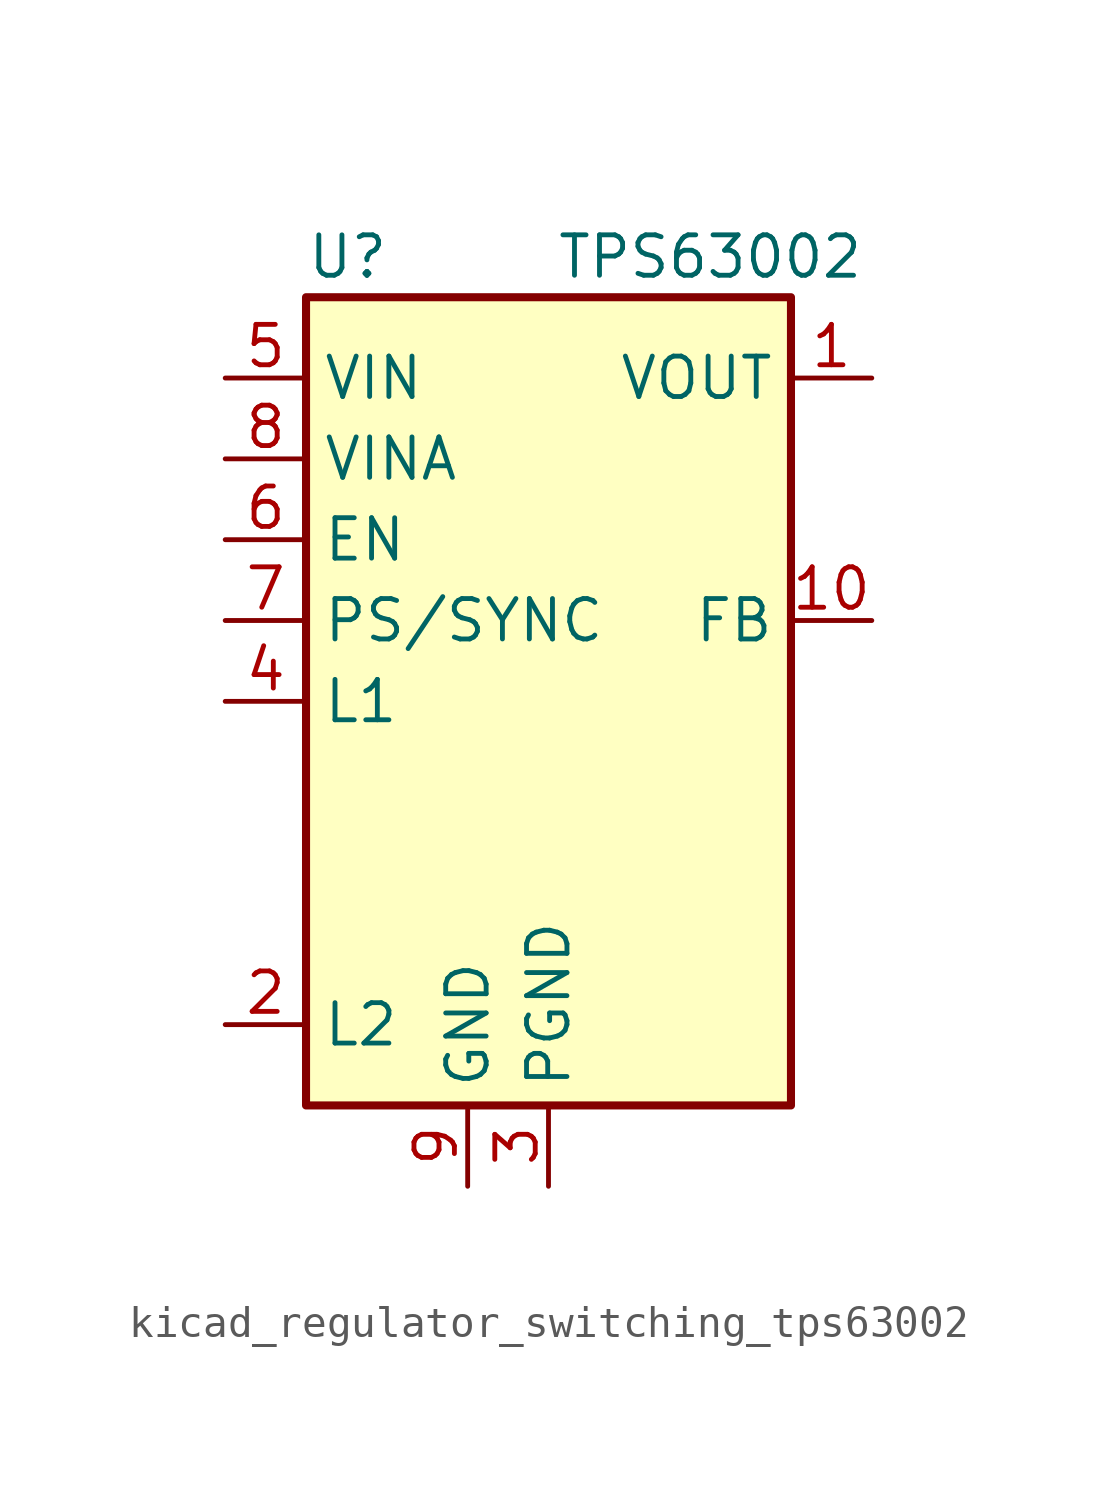
<source format=kicad_sym>
(kicad_symbol_lib
  (version 20220914)
  (generator kicad_symbol_editor)
  (symbol "kicad_regulator_switching_tps63002"
    (property "Reference" "U"
      (at -7.62 13.97 0)
      (effects (font (size 1.27 1.27)) (justify left)))
    (property "Value" "TPS63002"
      (at 5.08 13.97 0)
      (effects (font (size 1.27 1.27))))
    (symbol "kicad_regulator_switching_tps63002_0_1"
      (rectangle (start -7.62 12.7) (end 7.62 -12.7) (stroke (width 0.254) (type default)) (fill (type background))))
    (symbol "kicad_regulator_switching_tps63002_1_1"
      (pin power_out line (at 10.16 10.16 180) (length 2.54) (name "VOUT" (effects (font (size 1.27 1.27)))) (number "1" (effects (font (size 1.27 1.27)))))
      (pin input line (at 10.16 2.54 180) (length 2.54) (name "FB" (effects (font (size 1.27 1.27)))) (number "10" (effects (font (size 1.27 1.27)))))
      (pin passive line (at 0 -15.24 90) (length 2.54) hide (name "PGND" (effects (font (size 1.27 1.27)))) (number "11" (effects (font (size 1.27 1.27)))))
      (pin input line (at -10.16 -10.16 0) (length 2.54) (name "L2" (effects (font (size 1.27 1.27)))) (number "2" (effects (font (size 1.27 1.27)))))
      (pin power_in line (at 0 -15.24 90) (length 2.54) (name "PGND" (effects (font (size 1.27 1.27)))) (number "3" (effects (font (size 1.27 1.27)))))
      (pin input line (at -10.16 0 0) (length 2.54) (name "L1" (effects (font (size 1.27 1.27)))) (number "4" (effects (font (size 1.27 1.27)))))
      (pin power_in line (at -10.16 10.16 0) (length 2.54) (name "VIN" (effects (font (size 1.27 1.27)))) (number "5" (effects (font (size 1.27 1.27)))))
      (pin input line (at -10.16 5.08 0) (length 2.54) (name "EN" (effects (font (size 1.27 1.27)))) (number "6" (effects (font (size 1.27 1.27)))))
      (pin input line (at -10.16 2.54 0) (length 2.54) (name "PS/SYNC" (effects (font (size 1.27 1.27)))) (number "7" (effects (font (size 1.27 1.27)))))
      (pin power_in line (at -10.16 7.62 0) (length 2.54) (name "VINA" (effects (font (size 1.27 1.27)))) (number "8" (effects (font (size 1.27 1.27)))))
      (pin power_in line (at -2.54 -15.24 90) (length 2.54) (name "GND" (effects (font (size 1.27 1.27)))) (number "9" (effects (font (size 1.27 1.27))))))))
</source>
